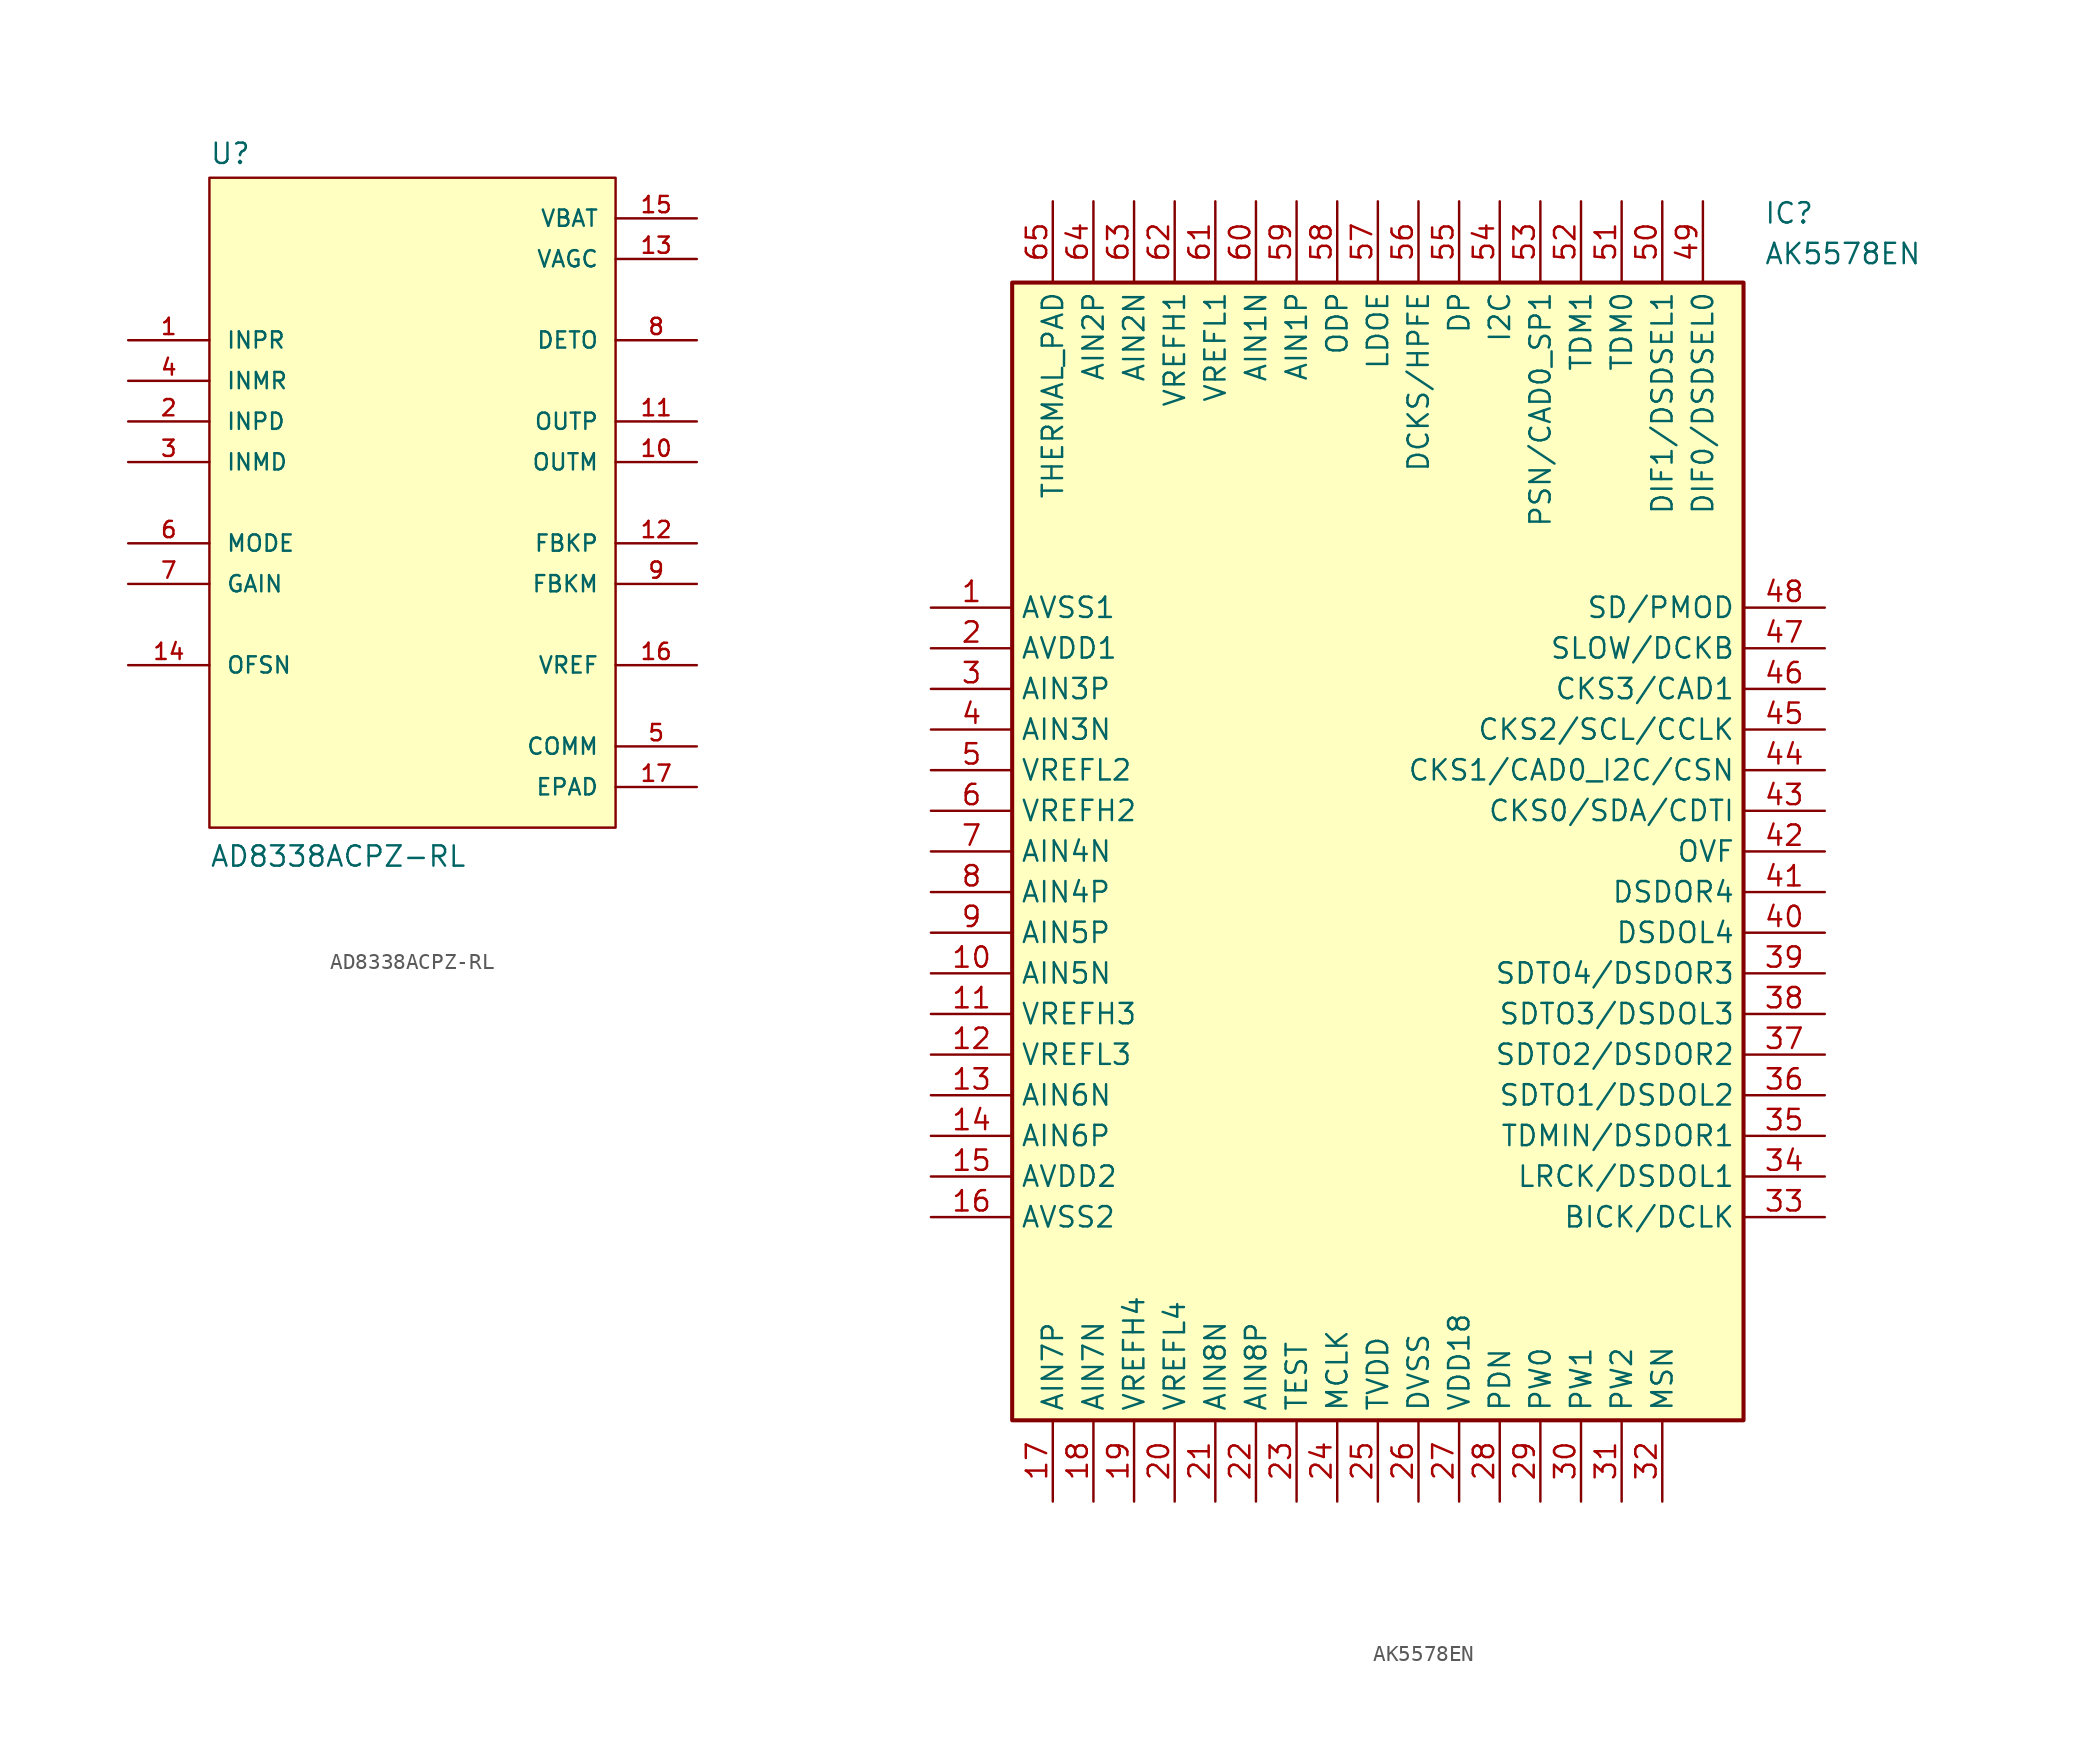
<source format=kicad_sym>
(kicad_symbol_lib
  (version 20241209)
  (generator "kicad_symbol_editor")
  (generator_version "9.0")
  (symbol "AD8338ACPZ-RL"
    (pin_names
      (offset 1.016))
    (property "Reference" "U"
      (at -12.7 21.082 0)
      (effects (font (size 1.27 1.27)) (justify left bottom)))
    (property "Value" "AD8338ACPZ-RL"
      (at -12.7 -22.86 0)
      (effects (font (size 1.27 1.27)) (justify left bottom)))
    (symbol "AD8338ACPZ-RL_0_0"
      (rectangle (start -12.7 -20.32) (end 12.7 20.32) (stroke (width 0.152) (type default)) (fill (type background)))
      (pin input line (at -17.78 10.16 0) (length 5.08) (name "INPR" (effects (font (size 1.016 1.016)))) (number "1" (effects (font (size 1.016 1.016)))))
      (pin input line (at -17.78 7.62 0) (length 5.08) (name "INMR" (effects (font (size 1.016 1.016)))) (number "4" (effects (font (size 1.016 1.016)))))
      (pin input line (at -17.78 5.08 0) (length 5.08) (name "INPD" (effects (font (size 1.016 1.016)))) (number "2" (effects (font (size 1.016 1.016)))))
      (pin input line (at -17.78 2.54 0) (length 5.08) (name "INMD" (effects (font (size 1.016 1.016)))) (number "3" (effects (font (size 1.016 1.016)))))
      (pin input line (at -17.78 -2.54 0) (length 5.08) (name "MODE" (effects (font (size 1.016 1.016)))) (number "6" (effects (font (size 1.016 1.016)))))
      (pin input line (at -17.78 -5.08 0) (length 5.08) (name "GAIN" (effects (font (size 1.016 1.016)))) (number "7" (effects (font (size 1.016 1.016)))))
      (pin input line (at -17.78 -10.16 0) (length 5.08) (name "OFSN" (effects (font (size 1.016 1.016)))) (number "14" (effects (font (size 1.016 1.016)))))
      (pin power_in line (at 17.78 17.78 180) (length 5.08) (name "VBAT" (effects (font (size 1.016 1.016)))) (number "15" (effects (font (size 1.016 1.016)))))
      (pin power_in line (at 17.78 15.24 180) (length 5.08) (name "VAGC" (effects (font (size 1.016 1.016)))) (number "13" (effects (font (size 1.016 1.016)))))
      (pin output line (at 17.78 10.16 180) (length 5.08) (name "DETO" (effects (font (size 1.016 1.016)))) (number "8" (effects (font (size 1.016 1.016)))))
      (pin output line (at 17.78 5.08 180) (length 5.08) (name "OUTP" (effects (font (size 1.016 1.016)))) (number "11" (effects (font (size 1.016 1.016)))))
      (pin output line (at 17.78 2.54 180) (length 5.08) (name "OUTM" (effects (font (size 1.016 1.016)))) (number "10" (effects (font (size 1.016 1.016)))))
      (pin input line (at 17.78 -2.54 180) (length 5.08) (name "FBKP" (effects (font (size 1.016 1.016)))) (number "12" (effects (font (size 1.016 1.016)))))
      (pin input line (at 17.78 -5.08 180) (length 5.08) (name "FBKM" (effects (font (size 1.016 1.016)))) (number "9" (effects (font (size 1.016 1.016)))))
      (pin bidirectional line (at 17.78 -10.16 180) (length 5.08) (name "VREF" (effects (font (size 1.016 1.016)))) (number "16" (effects (font (size 1.016 1.016)))))
      (pin power_in line (at 17.78 -15.24 180) (length 5.08) (name "COMM" (effects (font (size 1.016 1.016)))) (number "5" (effects (font (size 1.016 1.016)))))
      (pin power_in line (at 17.78 -17.78 180) (length 5.08) (name "EPAD" (effects (font (size 1.016 1.016)))) (number "17" (effects (font (size 1.016 1.016)))))))
  (symbol "AK5578EN"
    (property "Reference" "IC"
      (at 52.07 25.4 0)
      (effects (font (size 1.27 1.27)) (justify left top)))
    (property "Value" "AK5578EN"
      (at 52.07 22.86 0)
      (effects (font (size 1.27 1.27)) (justify left top)))
    (symbol "AK5578EN_1_1"
      (rectangle (start 5.08 20.32) (end 50.8 -50.8) (stroke (width 0.254) (type default)) (fill (type background)))
      (pin passive line (at 0 0 0) (length 5.08) (name "AVSS1" (effects (font (size 1.27 1.27)))) (number "1" (effects (font (size 1.27 1.27)))))
      (pin passive line (at 0 -2.54 0) (length 5.08) (name "AVDD1" (effects (font (size 1.27 1.27)))) (number "2" (effects (font (size 1.27 1.27)))))
      (pin passive line (at 0 -5.08 0) (length 5.08) (name "AIN3P" (effects (font (size 1.27 1.27)))) (number "3" (effects (font (size 1.27 1.27)))))
      (pin passive line (at 0 -7.62 0) (length 5.08) (name "AIN3N" (effects (font (size 1.27 1.27)))) (number "4" (effects (font (size 1.27 1.27)))))
      (pin passive line (at 0 -10.16 0) (length 5.08) (name "VREFL2" (effects (font (size 1.27 1.27)))) (number "5" (effects (font (size 1.27 1.27)))))
      (pin passive line (at 0 -12.7 0) (length 5.08) (name "VREFH2" (effects (font (size 1.27 1.27)))) (number "6" (effects (font (size 1.27 1.27)))))
      (pin passive line (at 0 -15.24 0) (length 5.08) (name "AIN4N" (effects (font (size 1.27 1.27)))) (number "7" (effects (font (size 1.27 1.27)))))
      (pin passive line (at 0 -17.78 0) (length 5.08) (name "AIN4P" (effects (font (size 1.27 1.27)))) (number "8" (effects (font (size 1.27 1.27)))))
      (pin passive line (at 0 -20.32 0) (length 5.08) (name "AIN5P" (effects (font (size 1.27 1.27)))) (number "9" (effects (font (size 1.27 1.27)))))
      (pin passive line (at 0 -22.86 0) (length 5.08) (name "AIN5N" (effects (font (size 1.27 1.27)))) (number "10" (effects (font (size 1.27 1.27)))))
      (pin passive line (at 0 -25.4 0) (length 5.08) (name "VREFH3" (effects (font (size 1.27 1.27)))) (number "11" (effects (font (size 1.27 1.27)))))
      (pin passive line (at 0 -27.94 0) (length 5.08) (name "VREFL3" (effects (font (size 1.27 1.27)))) (number "12" (effects (font (size 1.27 1.27)))))
      (pin passive line (at 0 -30.48 0) (length 5.08) (name "AIN6N" (effects (font (size 1.27 1.27)))) (number "13" (effects (font (size 1.27 1.27)))))
      (pin passive line (at 0 -33.02 0) (length 5.08) (name "AIN6P" (effects (font (size 1.27 1.27)))) (number "14" (effects (font (size 1.27 1.27)))))
      (pin passive line (at 0 -35.56 0) (length 5.08) (name "AVDD2" (effects (font (size 1.27 1.27)))) (number "15" (effects (font (size 1.27 1.27)))))
      (pin passive line (at 0 -38.1 0) (length 5.08) (name "AVSS2" (effects (font (size 1.27 1.27)))) (number "16" (effects (font (size 1.27 1.27)))))
      (pin passive line (at 7.62 25.4 270) (length 5.08) (name "THERMAL_PAD" (effects (font (size 1.27 1.27)))) (number "65" (effects (font (size 1.27 1.27)))))
      (pin passive line (at 7.62 -55.88 90) (length 5.08) (name "AIN7P" (effects (font (size 1.27 1.27)))) (number "17" (effects (font (size 1.27 1.27)))))
      (pin passive line (at 10.16 25.4 270) (length 5.08) (name "AIN2P" (effects (font (size 1.27 1.27)))) (number "64" (effects (font (size 1.27 1.27)))))
      (pin passive line (at 10.16 -55.88 90) (length 5.08) (name "AIN7N" (effects (font (size 1.27 1.27)))) (number "18" (effects (font (size 1.27 1.27)))))
      (pin passive line (at 12.7 25.4 270) (length 5.08) (name "AIN2N" (effects (font (size 1.27 1.27)))) (number "63" (effects (font (size 1.27 1.27)))))
      (pin passive line (at 12.7 -55.88 90) (length 5.08) (name "VREFH4" (effects (font (size 1.27 1.27)))) (number "19" (effects (font (size 1.27 1.27)))))
      (pin passive line (at 15.24 25.4 270) (length 5.08) (name "VREFH1" (effects (font (size 1.27 1.27)))) (number "62" (effects (font (size 1.27 1.27)))))
      (pin passive line (at 15.24 -55.88 90) (length 5.08) (name "VREFL4" (effects (font (size 1.27 1.27)))) (number "20" (effects (font (size 1.27 1.27)))))
      (pin passive line (at 17.78 25.4 270) (length 5.08) (name "VREFL1" (effects (font (size 1.27 1.27)))) (number "61" (effects (font (size 1.27 1.27)))))
      (pin passive line (at 17.78 -55.88 90) (length 5.08) (name "AIN8N" (effects (font (size 1.27 1.27)))) (number "21" (effects (font (size 1.27 1.27)))))
      (pin passive line (at 20.32 25.4 270) (length 5.08) (name "AIN1N" (effects (font (size 1.27 1.27)))) (number "60" (effects (font (size 1.27 1.27)))))
      (pin passive line (at 20.32 -55.88 90) (length 5.08) (name "AIN8P" (effects (font (size 1.27 1.27)))) (number "22" (effects (font (size 1.27 1.27)))))
      (pin passive line (at 22.86 25.4 270) (length 5.08) (name "AIN1P" (effects (font (size 1.27 1.27)))) (number "59" (effects (font (size 1.27 1.27)))))
      (pin passive line (at 22.86 -55.88 90) (length 5.08) (name "TEST" (effects (font (size 1.27 1.27)))) (number "23" (effects (font (size 1.27 1.27)))))
      (pin passive line (at 25.4 25.4 270) (length 5.08) (name "ODP" (effects (font (size 1.27 1.27)))) (number "58" (effects (font (size 1.27 1.27)))))
      (pin passive line (at 25.4 -55.88 90) (length 5.08) (name "MCLK" (effects (font (size 1.27 1.27)))) (number "24" (effects (font (size 1.27 1.27)))))
      (pin passive line (at 27.94 25.4 270) (length 5.08) (name "LDOE" (effects (font (size 1.27 1.27)))) (number "57" (effects (font (size 1.27 1.27)))))
      (pin passive line (at 27.94 -55.88 90) (length 5.08) (name "TVDD" (effects (font (size 1.27 1.27)))) (number "25" (effects (font (size 1.27 1.27)))))
      (pin passive line (at 30.48 25.4 270) (length 5.08) (name "DCKS/HPFE" (effects (font (size 1.27 1.27)))) (number "56" (effects (font (size 1.27 1.27)))))
      (pin passive line (at 30.48 -55.88 90) (length 5.08) (name "DVSS" (effects (font (size 1.27 1.27)))) (number "26" (effects (font (size 1.27 1.27)))))
      (pin passive line (at 33.02 25.4 270) (length 5.08) (name "DP" (effects (font (size 1.27 1.27)))) (number "55" (effects (font (size 1.27 1.27)))))
      (pin passive line (at 33.02 -55.88 90) (length 5.08) (name "VDD18" (effects (font (size 1.27 1.27)))) (number "27" (effects (font (size 1.27 1.27)))))
      (pin passive line (at 35.56 25.4 270) (length 5.08) (name "I2C" (effects (font (size 1.27 1.27)))) (number "54" (effects (font (size 1.27 1.27)))))
      (pin passive line (at 35.56 -55.88 90) (length 5.08) (name "PDN" (effects (font (size 1.27 1.27)))) (number "28" (effects (font (size 1.27 1.27)))))
      (pin passive line (at 38.1 25.4 270) (length 5.08) (name "PSN/CAD0_SP1" (effects (font (size 1.27 1.27)))) (number "53" (effects (font (size 1.27 1.27)))))
      (pin passive line (at 38.1 -55.88 90) (length 5.08) (name "PW0" (effects (font (size 1.27 1.27)))) (number "29" (effects (font (size 1.27 1.27)))))
      (pin passive line (at 40.64 25.4 270) (length 5.08) (name "TDM1" (effects (font (size 1.27 1.27)))) (number "52" (effects (font (size 1.27 1.27)))))
      (pin passive line (at 40.64 -55.88 90) (length 5.08) (name "PW1" (effects (font (size 1.27 1.27)))) (number "30" (effects (font (size 1.27 1.27)))))
      (pin passive line (at 43.18 25.4 270) (length 5.08) (name "TDM0" (effects (font (size 1.27 1.27)))) (number "51" (effects (font (size 1.27 1.27)))))
      (pin passive line (at 43.18 -55.88 90) (length 5.08) (name "PW2" (effects (font (size 1.27 1.27)))) (number "31" (effects (font (size 1.27 1.27)))))
      (pin passive line (at 45.72 25.4 270) (length 5.08) (name "DIF1/DSDSEL1" (effects (font (size 1.27 1.27)))) (number "50" (effects (font (size 1.27 1.27)))))
      (pin passive line (at 45.72 -55.88 90) (length 5.08) (name "MSN" (effects (font (size 1.27 1.27)))) (number "32" (effects (font (size 1.27 1.27)))))
      (pin passive line (at 48.26 25.4 270) (length 5.08) (name "DIF0/DSDSEL0" (effects (font (size 1.27 1.27)))) (number "49" (effects (font (size 1.27 1.27)))))
      (pin passive line (at 55.88 0 180) (length 5.08) (name "SD/PMOD" (effects (font (size 1.27 1.27)))) (number "48" (effects (font (size 1.27 1.27)))))
      (pin passive line (at 55.88 -2.54 180) (length 5.08) (name "SLOW/DCKB" (effects (font (size 1.27 1.27)))) (number "47" (effects (font (size 1.27 1.27)))))
      (pin passive line (at 55.88 -5.08 180) (length 5.08) (name "CKS3/CAD1" (effects (font (size 1.27 1.27)))) (number "46" (effects (font (size 1.27 1.27)))))
      (pin passive line (at 55.88 -7.62 180) (length 5.08) (name "CKS2/SCL/CCLK" (effects (font (size 1.27 1.27)))) (number "45" (effects (font (size 1.27 1.27)))))
      (pin passive line (at 55.88 -10.16 180) (length 5.08) (name "CKS1/CAD0_I2C/CSN" (effects (font (size 1.27 1.27)))) (number "44" (effects (font (size 1.27 1.27)))))
      (pin passive line (at 55.88 -12.7 180) (length 5.08) (name "CKS0/SDA/CDTI" (effects (font (size 1.27 1.27)))) (number "43" (effects (font (size 1.27 1.27)))))
      (pin passive line (at 55.88 -15.24 180) (length 5.08) (name "OVF" (effects (font (size 1.27 1.27)))) (number "42" (effects (font (size 1.27 1.27)))))
      (pin passive line (at 55.88 -17.78 180) (length 5.08) (name "DSDOR4" (effects (font (size 1.27 1.27)))) (number "41" (effects (font (size 1.27 1.27)))))
      (pin passive line (at 55.88 -20.32 180) (length 5.08) (name "DSDOL4" (effects (font (size 1.27 1.27)))) (number "40" (effects (font (size 1.27 1.27)))))
      (pin passive line (at 55.88 -22.86 180) (length 5.08) (name "SDTO4/DSDOR3" (effects (font (size 1.27 1.27)))) (number "39" (effects (font (size 1.27 1.27)))))
      (pin passive line (at 55.88 -25.4 180) (length 5.08) (name "SDTO3/DSDOL3" (effects (font (size 1.27 1.27)))) (number "38" (effects (font (size 1.27 1.27)))))
      (pin passive line (at 55.88 -27.94 180) (length 5.08) (name "SDTO2/DSDOR2" (effects (font (size 1.27 1.27)))) (number "37" (effects (font (size 1.27 1.27)))))
      (pin passive line (at 55.88 -30.48 180) (length 5.08) (name "SDTO1/DSDOL2" (effects (font (size 1.27 1.27)))) (number "36" (effects (font (size 1.27 1.27)))))
      (pin passive line (at 55.88 -33.02 180) (length 5.08) (name "TDMIN/DSDOR1" (effects (font (size 1.27 1.27)))) (number "35" (effects (font (size 1.27 1.27)))))
      (pin passive line (at 55.88 -35.56 180) (length 5.08) (name "LRCK/DSDOL1" (effects (font (size 1.27 1.27)))) (number "34" (effects (font (size 1.27 1.27)))))
      (pin passive line (at 55.88 -38.1 180) (length 5.08) (name "BICK/DCLK" (effects (font (size 1.27 1.27)))) (number "33" (effects (font (size 1.27 1.27))))))))
</source>
